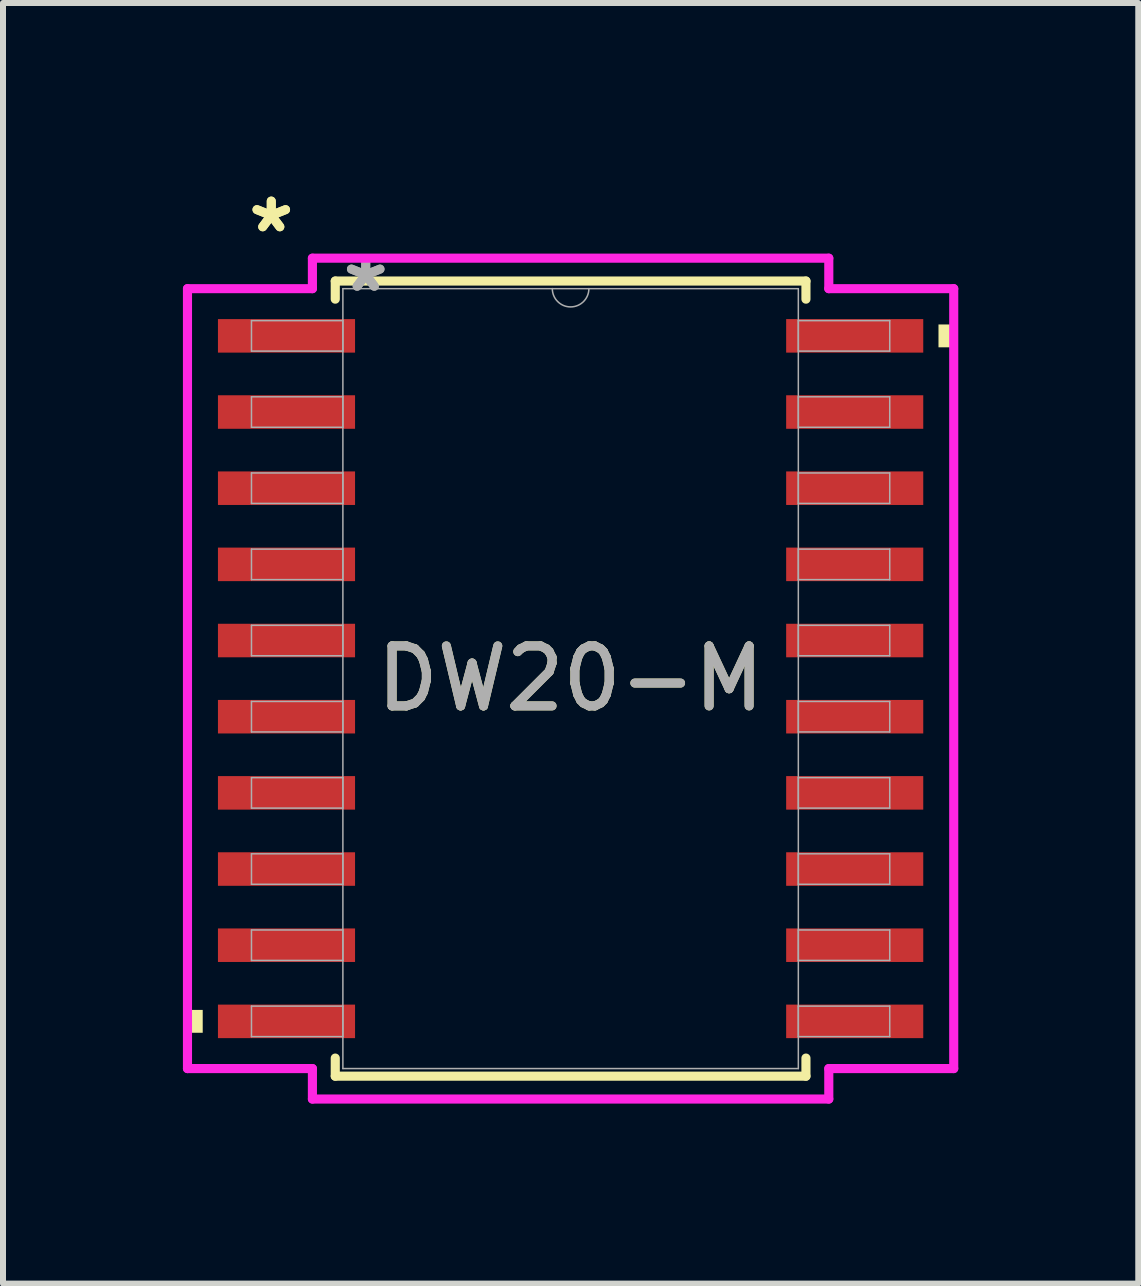
<source format=kicad_pcb>
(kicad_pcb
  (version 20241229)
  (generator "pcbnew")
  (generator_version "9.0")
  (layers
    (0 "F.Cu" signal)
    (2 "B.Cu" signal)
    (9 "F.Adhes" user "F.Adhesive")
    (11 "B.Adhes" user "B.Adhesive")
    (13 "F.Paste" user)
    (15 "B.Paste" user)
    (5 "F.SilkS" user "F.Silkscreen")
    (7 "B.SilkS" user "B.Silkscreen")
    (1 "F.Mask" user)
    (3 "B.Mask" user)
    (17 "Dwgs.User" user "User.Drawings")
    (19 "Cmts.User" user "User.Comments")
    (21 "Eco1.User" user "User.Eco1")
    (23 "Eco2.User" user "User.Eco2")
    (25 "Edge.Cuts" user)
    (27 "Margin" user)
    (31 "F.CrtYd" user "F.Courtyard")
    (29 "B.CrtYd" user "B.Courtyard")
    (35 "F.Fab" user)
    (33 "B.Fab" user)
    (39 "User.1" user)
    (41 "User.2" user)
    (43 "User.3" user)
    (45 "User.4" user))
  (footprint "DW20-M"
    (layer "F.Cu")
    (at 6.464 8.265)
    (property "Reference" "DW20-M" (at 0 0 0) (unlocked yes) (layer "F.SilkS") (effects (font (size 1 1) (thickness 0.15))))
    (attr smd)
    (fp_line (start -3.924 -6.629) (end -3.924 -6.327) (stroke (width 0.152) (type solid)) (layer "F.SilkS"))
    (fp_line (start -3.924 6.327) (end -3.924 6.629) (stroke (width 0.152) (type solid)) (layer "F.SilkS"))
    (fp_line (start -3.924 6.629) (end 3.924 6.629) (stroke (width 0.152) (type solid)) (layer "F.SilkS"))
    (fp_line (start 3.924 -6.629) (end -3.924 -6.629) (stroke (width 0.152) (type solid)) (layer "F.SilkS"))
    (fp_line (start 3.924 -6.327) (end 3.924 -6.629) (stroke (width 0.152) (type solid)) (layer "F.SilkS"))
    (fp_line (start 3.924 6.629) (end 3.924 6.327) (stroke (width 0.152) (type solid)) (layer "F.SilkS"))
    (fp_poly (pts (xy -6.388 5.524) (xy -6.388 5.905) (xy -6.134 5.905) (xy -6.134 5.524)) (stroke (width 0) (type solid)) (fill yes) (layer "F.SilkS"))
    (fp_poly (pts (xy 6.388 -5.905) (xy 6.388 -5.524) (xy 6.134 -5.524) (xy 6.134 -5.905)) (stroke (width 0) (type solid)) (fill yes) (layer "F.SilkS"))
    (fp_line (start -6.388 -6.502) (end -4.305 -6.502) (stroke (width 0.152) (type solid)) (layer "F.CrtYd"))
    (fp_line (start -6.388 6.502) (end -6.388 -6.502) (stroke (width 0.152) (type solid)) (layer "F.CrtYd"))
    (fp_line (start -6.388 6.502) (end -4.305 6.502) (stroke (width 0.152) (type solid)) (layer "F.CrtYd"))
    (fp_line (start -4.305 -7.01) (end 4.305 -7.01) (stroke (width 0.152) (type solid)) (layer "F.CrtYd"))
    (fp_line (start -4.305 -6.502) (end -4.305 -7.01) (stroke (width 0.152) (type solid)) (layer "F.CrtYd"))
    (fp_line (start -4.305 7.01) (end -4.305 6.502) (stroke (width 0.152) (type solid)) (layer "F.CrtYd"))
    (fp_line (start 4.305 -7.01) (end 4.305 -6.502) (stroke (width 0.152) (type solid)) (layer "F.CrtYd"))
    (fp_line (start 4.305 6.502) (end 4.305 7.01) (stroke (width 0.152) (type solid)) (layer "F.CrtYd"))
    (fp_line (start 4.305 7.01) (end -4.305 7.01) (stroke (width 0.152) (type solid)) (layer "F.CrtYd"))
    (fp_line (start 6.388 -6.502) (end 4.305 -6.502) (stroke (width 0.152) (type solid)) (layer "F.CrtYd"))
    (fp_line (start 6.388 -6.502) (end 6.388 6.502) (stroke (width 0.152) (type solid)) (layer "F.CrtYd"))
    (fp_line (start 6.388 6.502) (end 4.305 6.502) (stroke (width 0.152) (type solid)) (layer "F.CrtYd"))
    (fp_line (start -5.321 -5.969) (end -5.321 -5.461) (stroke (width 0.025) (type solid)) (layer "F.Fab"))
    (fp_line (start -5.321 -5.461) (end -3.797 -5.461) (stroke (width 0.025) (type solid)) (layer "F.Fab"))
    (fp_line (start -5.321 -4.699) (end -5.321 -4.191) (stroke (width 0.025) (type solid)) (layer "F.Fab"))
    (fp_line (start -5.321 -4.191) (end -3.797 -4.191) (stroke (width 0.025) (type solid)) (layer "F.Fab"))
    (fp_line (start -5.321 -3.429) (end -5.321 -2.921) (stroke (width 0.025) (type solid)) (layer "F.Fab"))
    (fp_line (start -5.321 -2.921) (end -3.797 -2.921) (stroke (width 0.025) (type solid)) (layer "F.Fab"))
    (fp_line (start -5.321 -2.159) (end -5.321 -1.651) (stroke (width 0.025) (type solid)) (layer "F.Fab"))
    (fp_line (start -5.321 -1.651) (end -3.797 -1.651) (stroke (width 0.025) (type solid)) (layer "F.Fab"))
    (fp_line (start -5.321 -0.889) (end -5.321 -0.381) (stroke (width 0.025) (type solid)) (layer "F.Fab"))
    (fp_line (start -5.321 -0.381) (end -3.797 -0.381) (stroke (width 0.025) (type solid)) (layer "F.Fab"))
    (fp_line (start -5.321 0.381) (end -5.321 0.889) (stroke (width 0.025) (type solid)) (layer "F.Fab"))
    (fp_line (start -5.321 0.889) (end -3.797 0.889) (stroke (width 0.025) (type solid)) (layer "F.Fab"))
    (fp_line (start -5.321 1.651) (end -5.321 2.159) (stroke (width 0.025) (type solid)) (layer "F.Fab"))
    (fp_line (start -5.321 2.159) (end -3.797 2.159) (stroke (width 0.025) (type solid)) (layer "F.Fab"))
    (fp_line (start -5.321 2.921) (end -5.321 3.429) (stroke (width 0.025) (type solid)) (layer "F.Fab"))
    (fp_line (start -5.321 3.429) (end -3.797 3.429) (stroke (width 0.025) (type solid)) (layer "F.Fab"))
    (fp_line (start -5.321 4.191) (end -5.321 4.699) (stroke (width 0.025) (type solid)) (layer "F.Fab"))
    (fp_line (start -5.321 4.699) (end -3.797 4.699) (stroke (width 0.025) (type solid)) (layer "F.Fab"))
    (fp_line (start -5.321 5.461) (end -5.321 5.969) (stroke (width 0.025) (type solid)) (layer "F.Fab"))
    (fp_line (start -5.321 5.969) (end -3.797 5.969) (stroke (width 0.025) (type solid)) (layer "F.Fab"))
    (fp_line (start -3.797 -6.502) (end -3.797 6.502) (stroke (width 0.025) (type solid)) (layer "F.Fab"))
    (fp_line (start -3.797 -5.969) (end -5.321 -5.969) (stroke (width 0.025) (type solid)) (layer "F.Fab"))
    (fp_line (start -3.797 -5.461) (end -3.797 -5.969) (stroke (width 0.025) (type solid)) (layer "F.Fab"))
    (fp_line (start -3.797 -4.699) (end -5.321 -4.699) (stroke (width 0.025) (type solid)) (layer "F.Fab"))
    (fp_line (start -3.797 -4.191) (end -3.797 -4.699) (stroke (width 0.025) (type solid)) (layer "F.Fab"))
    (fp_line (start -3.797 -3.429) (end -5.321 -3.429) (stroke (width 0.025) (type solid)) (layer "F.Fab"))
    (fp_line (start -3.797 -2.921) (end -3.797 -3.429) (stroke (width 0.025) (type solid)) (layer "F.Fab"))
    (fp_line (start -3.797 -2.159) (end -5.321 -2.159) (stroke (width 0.025) (type solid)) (layer "F.Fab"))
    (fp_line (start -3.797 -1.651) (end -3.797 -2.159) (stroke (width 0.025) (type solid)) (layer "F.Fab"))
    (fp_line (start -3.797 -0.889) (end -5.321 -0.889) (stroke (width 0.025) (type solid)) (layer "F.Fab"))
    (fp_line (start -3.797 -0.381) (end -3.797 -0.889) (stroke (width 0.025) (type solid)) (layer "F.Fab"))
    (fp_line (start -3.797 0.381) (end -5.321 0.381) (stroke (width 0.025) (type solid)) (layer "F.Fab"))
    (fp_line (start -3.797 0.889) (end -3.797 0.381) (stroke (width 0.025) (type solid)) (layer "F.Fab"))
    (fp_line (start -3.797 1.651) (end -5.321 1.651) (stroke (width 0.025) (type solid)) (layer "F.Fab"))
    (fp_line (start -3.797 2.159) (end -3.797 1.651) (stroke (width 0.025) (type solid)) (layer "F.Fab"))
    (fp_line (start -3.797 2.921) (end -5.321 2.921) (stroke (width 0.025) (type solid)) (layer "F.Fab"))
    (fp_line (start -3.797 3.429) (end -3.797 2.921) (stroke (width 0.025) (type solid)) (layer "F.Fab"))
    (fp_line (start -3.797 4.191) (end -5.321 4.191) (stroke (width 0.025) (type solid)) (layer "F.Fab"))
    (fp_line (start -3.797 4.699) (end -3.797 4.191) (stroke (width 0.025) (type solid)) (layer "F.Fab"))
    (fp_line (start -3.797 5.461) (end -5.321 5.461) (stroke (width 0.025) (type solid)) (layer "F.Fab"))
    (fp_line (start -3.797 5.969) (end -3.797 5.461) (stroke (width 0.025) (type solid)) (layer "F.Fab"))
    (fp_line (start -3.797 6.502) (end 3.797 6.502) (stroke (width 0.025) (type solid)) (layer "F.Fab"))
    (fp_line (start 3.797 -6.502) (end -3.797 -6.502) (stroke (width 0.025) (type solid)) (layer "F.Fab"))
    (fp_line (start 3.797 -5.969) (end 3.797 -5.461) (stroke (width 0.025) (type solid)) (layer "F.Fab"))
    (fp_line (start 3.797 -5.461) (end 5.321 -5.461) (stroke (width 0.025) (type solid)) (layer "F.Fab"))
    (fp_line (start 3.797 -4.699) (end 3.797 -4.191) (stroke (width 0.025) (type solid)) (layer "F.Fab"))
    (fp_line (start 3.797 -4.191) (end 5.321 -4.191) (stroke (width 0.025) (type solid)) (layer "F.Fab"))
    (fp_line (start 3.797 -3.429) (end 3.797 -2.921) (stroke (width 0.025) (type solid)) (layer "F.Fab"))
    (fp_line (start 3.797 -2.921) (end 5.321 -2.921) (stroke (width 0.025) (type solid)) (layer "F.Fab"))
    (fp_line (start 3.797 -2.159) (end 3.797 -1.651) (stroke (width 0.025) (type solid)) (layer "F.Fab"))
    (fp_line (start 3.797 -1.651) (end 5.321 -1.651) (stroke (width 0.025) (type solid)) (layer "F.Fab"))
    (fp_line (start 3.797 -0.889) (end 3.797 -0.381) (stroke (width 0.025) (type solid)) (layer "F.Fab"))
    (fp_line (start 3.797 -0.381) (end 5.321 -0.381) (stroke (width 0.025) (type solid)) (layer "F.Fab"))
    (fp_line (start 3.797 0.381) (end 3.797 0.889) (stroke (width 0.025) (type solid)) (layer "F.Fab"))
    (fp_line (start 3.797 0.889) (end 5.321 0.889) (stroke (width 0.025) (type solid)) (layer "F.Fab"))
    (fp_line (start 3.797 1.651) (end 3.797 2.159) (stroke (width 0.025) (type solid)) (layer "F.Fab"))
    (fp_line (start 3.797 2.159) (end 5.321 2.159) (stroke (width 0.025) (type solid)) (layer "F.Fab"))
    (fp_line (start 3.797 2.921) (end 3.797 3.429) (stroke (width 0.025) (type solid)) (layer "F.Fab"))
    (fp_line (start 3.797 3.429) (end 5.321 3.429) (stroke (width 0.025) (type solid)) (layer "F.Fab"))
    (fp_line (start 3.797 4.191) (end 3.797 4.699) (stroke (width 0.025) (type solid)) (layer "F.Fab"))
    (fp_line (start 3.797 4.699) (end 5.321 4.699) (stroke (width 0.025) (type solid)) (layer "F.Fab"))
    (fp_line (start 3.797 5.461) (end 3.797 5.969) (stroke (width 0.025) (type solid)) (layer "F.Fab"))
    (fp_line (start 3.797 5.969) (end 5.321 5.969) (stroke (width 0.025) (type solid)) (layer "F.Fab"))
    (fp_line (start 3.797 6.502) (end 3.797 -6.502) (stroke (width 0.025) (type solid)) (layer "F.Fab"))
    (fp_line (start 5.321 -5.969) (end 3.797 -5.969) (stroke (width 0.025) (type solid)) (layer "F.Fab"))
    (fp_line (start 5.321 -5.461) (end 5.321 -5.969) (stroke (width 0.025) (type solid)) (layer "F.Fab"))
    (fp_line (start 5.321 -4.699) (end 3.797 -4.699) (stroke (width 0.025) (type solid)) (layer "F.Fab"))
    (fp_line (start 5.321 -4.191) (end 5.321 -4.699) (stroke (width 0.025) (type solid)) (layer "F.Fab"))
    (fp_line (start 5.321 -3.429) (end 3.797 -3.429) (stroke (width 0.025) (type solid)) (layer "F.Fab"))
    (fp_line (start 5.321 -2.921) (end 5.321 -3.429) (stroke (width 0.025) (type solid)) (layer "F.Fab"))
    (fp_line (start 5.321 -2.159) (end 3.797 -2.159) (stroke (width 0.025) (type solid)) (layer "F.Fab"))
    (fp_line (start 5.321 -1.651) (end 5.321 -2.159) (stroke (width 0.025) (type solid)) (layer "F.Fab"))
    (fp_line (start 5.321 -0.889) (end 3.797 -0.889) (stroke (width 0.025) (type solid)) (layer "F.Fab"))
    (fp_line (start 5.321 -0.381) (end 5.321 -0.889) (stroke (width 0.025) (type solid)) (layer "F.Fab"))
    (fp_line (start 5.321 0.381) (end 3.797 0.381) (stroke (width 0.025) (type solid)) (layer "F.Fab"))
    (fp_line (start 5.321 0.889) (end 5.321 0.381) (stroke (width 0.025) (type solid)) (layer "F.Fab"))
    (fp_line (start 5.321 1.651) (end 3.797 1.651) (stroke (width 0.025) (type solid)) (layer "F.Fab"))
    (fp_line (start 5.321 2.159) (end 5.321 1.651) (stroke (width 0.025) (type solid)) (layer "F.Fab"))
    (fp_line (start 5.321 2.921) (end 3.797 2.921) (stroke (width 0.025) (type solid)) (layer "F.Fab"))
    (fp_line (start 5.321 3.429) (end 5.321 2.921) (stroke (width 0.025) (type solid)) (layer "F.Fab"))
    (fp_line (start 5.321 4.191) (end 3.797 4.191) (stroke (width 0.025) (type solid)) (layer "F.Fab"))
    (fp_line (start 5.321 4.699) (end 5.321 4.191) (stroke (width 0.025) (type solid)) (layer "F.Fab"))
    (fp_line (start 5.321 5.461) (end 3.797 5.461) (stroke (width 0.025) (type solid)) (layer "F.Fab"))
    (fp_line (start 5.321 5.969) (end 5.321 5.461) (stroke (width 0.025) (type solid)) (layer "F.Fab"))
    (fp_arc (start 0.3048 -6.5024) (mid 0 -6.1976) (end -0.3048 -6.5024) (stroke (width 0.0254) (type solid)) (layer "F.Fab"))
    (fp_text user "*" (at -4.991 -7.417 0) (layer "F.SilkS") (effects (font (size 1 1) (thickness 0.15))))
    (fp_text user "*" (at -4.991 -7.417 0) (unlocked yes) (layer "F.SilkS") (effects (font (size 1 1) (thickness 0.15))))
    (fp_text user "*" (at -3.416 -6.426 0) (layer "F.Fab") (effects (font (size 1 1) (thickness 0.15))))
    (fp_text user "${REFERENCE}" (at 0 0 0) (unlocked yes) (layer "F.Fab") (effects (font (size 1 1) (thickness 0.15))))
    (fp_text user "*" (at -3.416 -6.426 0) (unlocked yes) (layer "F.Fab") (effects (font (size 1 1) (thickness 0.15))))
    (pad "1" smd rect (at -4.737 -5.715) (size 2.286 0.559) (layers "F.Cu" "F.Mask" "F.Paste"))
    (pad "2" smd rect (at -4.737 -4.445) (size 2.286 0.559) (layers "F.Cu" "F.Mask" "F.Paste"))
    (pad "3" smd rect (at -4.737 -3.175) (size 2.286 0.559) (layers "F.Cu" "F.Mask" "F.Paste"))
    (pad "4" smd rect (at -4.737 -1.905) (size 2.286 0.559) (layers "F.Cu" "F.Mask" "F.Paste"))
    (pad "5" smd rect (at -4.737 -0.635) (size 2.286 0.559) (layers "F.Cu" "F.Mask" "F.Paste"))
    (pad "6" smd rect (at -4.737 0.635) (size 2.286 0.559) (layers "F.Cu" "F.Mask" "F.Paste"))
    (pad "7" smd rect (at -4.737 1.905) (size 2.286 0.559) (layers "F.Cu" "F.Mask" "F.Paste"))
    (pad "8" smd rect (at -4.737 3.175) (size 2.286 0.559) (layers "F.Cu" "F.Mask" "F.Paste"))
    (pad "9" smd rect (at -4.737 4.445) (size 2.286 0.559) (layers "F.Cu" "F.Mask" "F.Paste"))
    (pad "10" smd rect (at -4.737 5.715) (size 2.286 0.559) (layers "F.Cu" "F.Mask" "F.Paste"))
    (pad "11" smd rect (at 4.737 5.715) (size 2.286 0.559) (layers "F.Cu" "F.Mask" "F.Paste"))
    (pad "12" smd rect (at 4.737 4.445) (size 2.286 0.559) (layers "F.Cu" "F.Mask" "F.Paste"))
    (pad "13" smd rect (at 4.737 3.175) (size 2.286 0.559) (layers "F.Cu" "F.Mask" "F.Paste"))
    (pad "14" smd rect (at 4.737 1.905) (size 2.286 0.559) (layers "F.Cu" "F.Mask" "F.Paste"))
    (pad "15" smd rect (at 4.737 0.635) (size 2.286 0.559) (layers "F.Cu" "F.Mask" "F.Paste"))
    (pad "16" smd rect (at 4.737 -0.635) (size 2.286 0.559) (layers "F.Cu" "F.Mask" "F.Paste"))
    (pad "17" smd rect (at 4.737 -1.905) (size 2.286 0.559) (layers "F.Cu" "F.Mask" "F.Paste"))
    (pad "18" smd rect (at 4.737 -3.175) (size 2.286 0.559) (layers "F.Cu" "F.Mask" "F.Paste"))
    (pad "19" smd rect (at 4.737 -4.445) (size 2.286 0.559) (layers "F.Cu" "F.Mask" "F.Paste"))
    (pad "20" smd rect (at 4.737 -5.715) (size 2.286 0.559) (layers "F.Cu" "F.Mask" "F.Paste")))
  (gr_rect
    (start -3 -3)
    (end 15.929 18.352)
    (stroke (width 0.1) (type default))
    (fill no)
    (layer "Edge.Cuts")))
</source>
